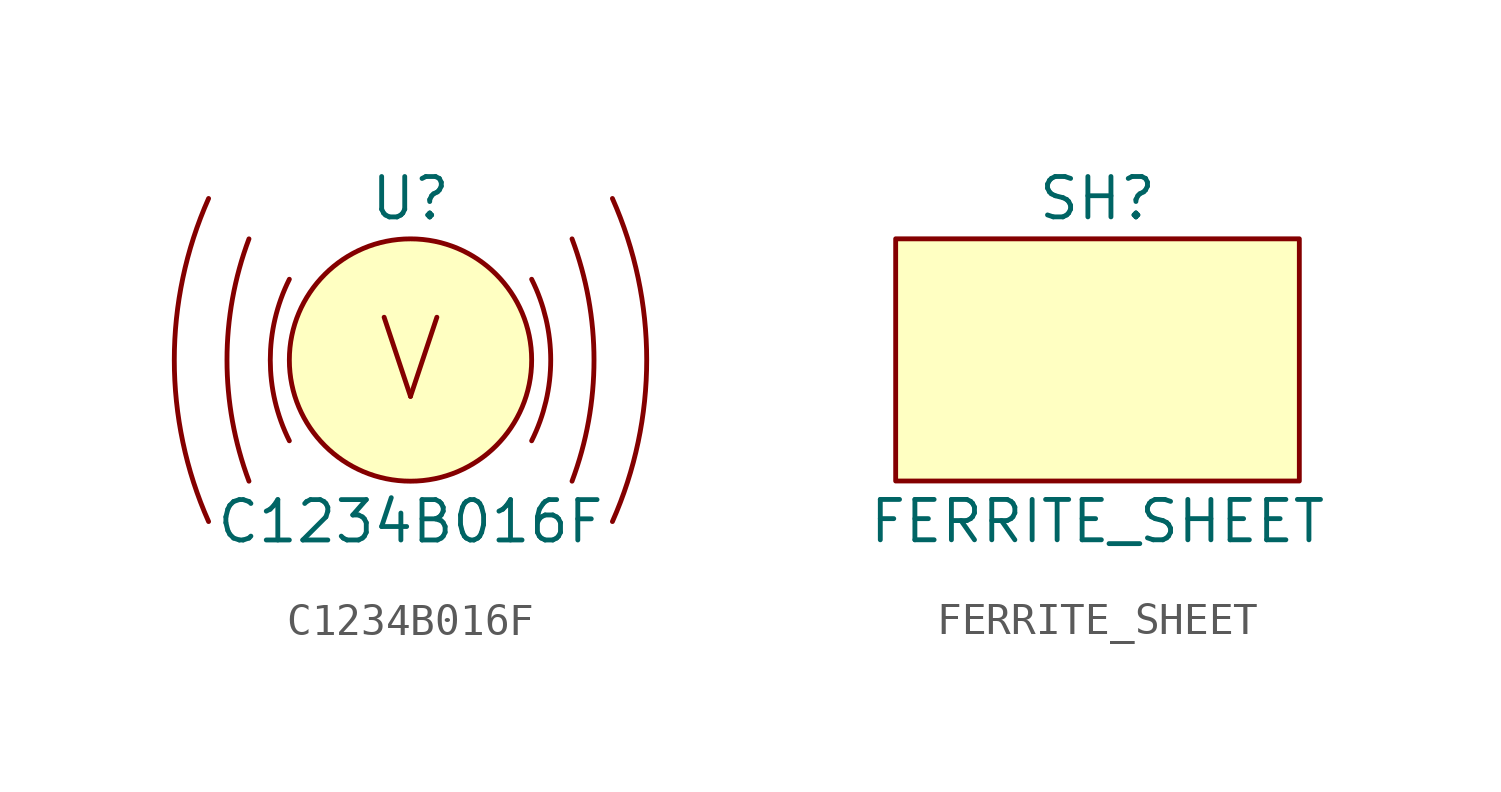
<source format=kicad_sym>
(kicad_symbol_lib
  (version 20211014)
  (generator kicad_symbol_editor)
  (symbol "C1234B016F"
    (pin_names
      (offset 1.016))
    (property "Reference" "U"
      (at 0 5.08 0)
      (effects (font (size 1.27 1.27))))
    (property "Value" "C1234B016F"
      (at 0 -5.08 0)
      (effects (font (size 1.27 1.27))))
    (symbol "C1234B016F_0_0"
      (text "V" (at 0 0 0) (effects (font (size 2.489 2.489)))))
    (symbol "C1234B016F_0_1"
      (circle (center 0 0) (radius 3.81) (stroke (width 0) (type default) (color 0 0 0 0)) (fill (type background)))
      (arc (start 3.81 -2.54) (mid 4.4096 0) (end 3.81 2.54) (stroke (width 0) (type default) (color 0 0 0 0)) (fill (type none)))
      (arc (start 5.08 -3.81) (mid 5.7709 0) (end 5.08 3.81) (stroke (width 0) (type default) (color 0 0 0 0)) (fill (type none)))
      (arc (start 6.35 -5.08) (mid 7.428 0) (end 6.35 5.08) (stroke (width 0) (type default) (color 0 0 0 0)) (fill (type none))))
    (symbol "C1234B016F_1_1"
      (arc (start -6.35 5.08) (mid -7.428 0) (end -6.35 -5.08) (stroke (width 0) (type default) (color 0 0 0 0)) (fill (type none)))
      (arc (start -5.08 3.81) (mid -5.7709 0) (end -5.08 -3.81) (stroke (width 0) (type default) (color 0 0 0 0)) (fill (type none)))
      (arc (start -3.81 2.54) (mid -4.4096 0) (end -3.81 -2.54) (stroke (width 0) (type default) (color 0 0 0 0)) (fill (type none)))))
  (symbol "FERRITE_SHEET"
    (pin_names
      (offset 1.016))
    (property "Reference" "SH"
      (at 0 5.08 0)
      (effects (font (size 1.27 1.27))))
    (property "Value" "FERRITE_SHEET"
      (at 0 -5.08 0)
      (effects (font (size 1.27 1.27))))
    (symbol "FERRITE_SHEET_0_0"
      (rectangle (start -6.35 3.81) (end 6.35 -3.81) (stroke (width 0) (type default) (color 0 0 0 0)) (fill (type background))))))
</source>
